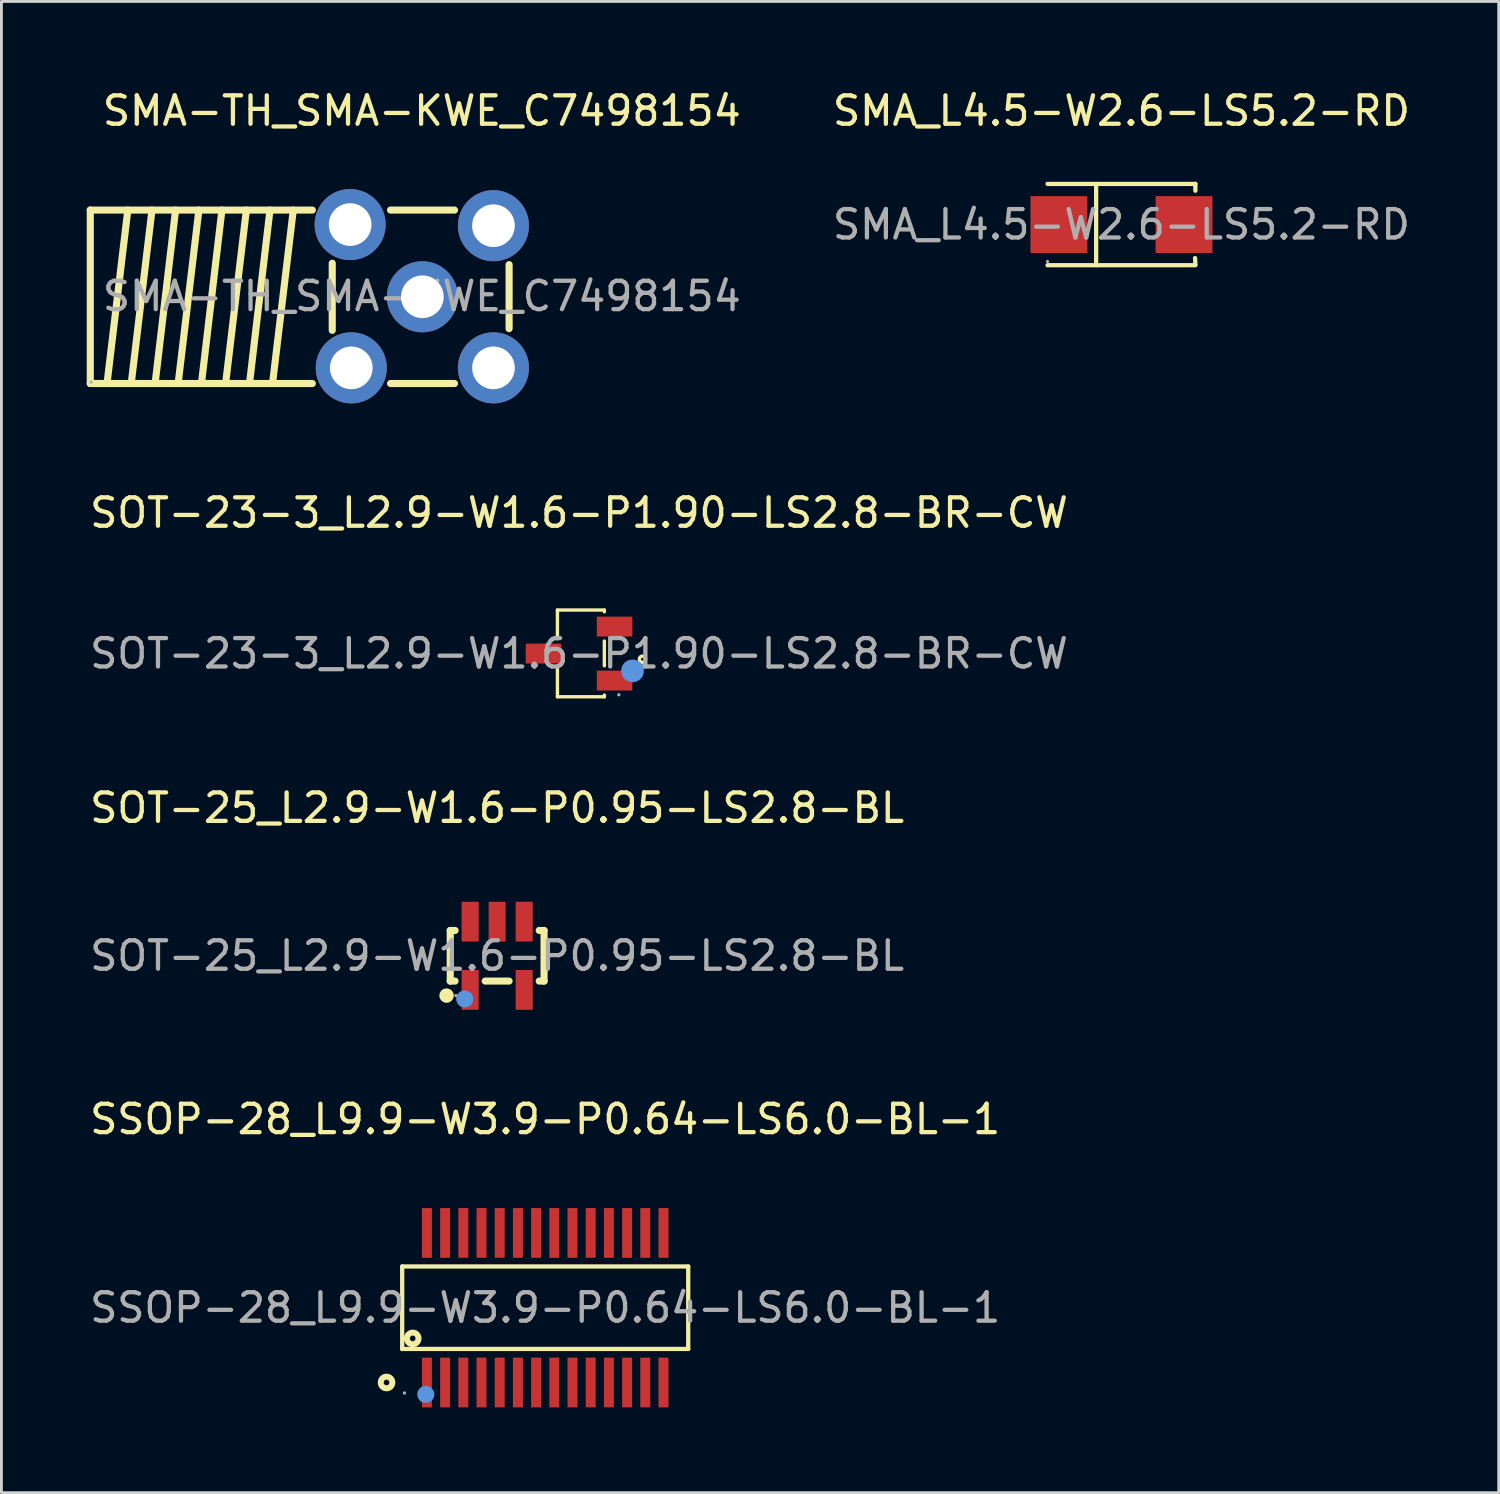
<source format=kicad_pcb>
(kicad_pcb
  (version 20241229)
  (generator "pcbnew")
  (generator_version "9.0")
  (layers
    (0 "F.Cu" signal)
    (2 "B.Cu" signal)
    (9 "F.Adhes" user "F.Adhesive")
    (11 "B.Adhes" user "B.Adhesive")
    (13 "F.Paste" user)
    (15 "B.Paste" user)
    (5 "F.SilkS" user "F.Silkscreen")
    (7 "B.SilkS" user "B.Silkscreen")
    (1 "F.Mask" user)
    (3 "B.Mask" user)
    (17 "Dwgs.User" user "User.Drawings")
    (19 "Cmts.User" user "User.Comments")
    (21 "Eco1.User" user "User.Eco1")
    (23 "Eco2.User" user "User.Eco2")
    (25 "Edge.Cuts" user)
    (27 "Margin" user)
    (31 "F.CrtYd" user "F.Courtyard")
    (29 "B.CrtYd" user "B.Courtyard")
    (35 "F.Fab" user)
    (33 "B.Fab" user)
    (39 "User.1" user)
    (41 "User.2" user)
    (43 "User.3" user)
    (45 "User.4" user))
  (footprint "SOT-25_L2.9-W1.6-P0.95-LS2.8-BL"
    (layer "F.Cu")
    (at 14.435 30.565)
    (property "Reference" "SOT-25_L2.9-W1.6-P0.95-LS2.8-BL" (at 0 -5.2 0) (layer "F.SilkS") (effects (font (size 1 1) (thickness 0.15))))
    (attr smd)
    (fp_line (start -1.65 -0.89) (end -1.65 0.89) (stroke (width 0.25) (type solid)) (layer "F.SilkS"))
    (fp_line (start -1.65 0.89) (end -1.48 0.89) (stroke (width 0.25) (type solid)) (layer "F.SilkS"))
    (fp_line (start -1.48 -0.89) (end -1.65 -0.89) (stroke (width 0.25) (type solid)) (layer "F.SilkS"))
    (fp_line (start -0.42 0.89) (end 0.42 0.89) (stroke (width 0.25) (type solid)) (layer "F.SilkS"))
    (fp_line (start 1.48 0.89) (end 1.65 0.89) (stroke (width 0.25) (type solid)) (layer "F.SilkS"))
    (fp_line (start 1.65 -0.89) (end 1.48 -0.89) (stroke (width 0.25) (type solid)) (layer "F.SilkS"))
    (fp_line (start 1.65 0.89) (end 1.65 -0.89) (stroke (width 0.25) (type solid)) (layer "F.SilkS"))
    (fp_circle (center -1.78 1.4) (end -1.65 1.4) (stroke (width 0.25) (type solid)) (fill no) (layer "F.SilkS"))
    (fp_circle (center -1.14 1.52) (end -0.99 1.52) (stroke (width 0.3) (type solid)) (fill no) (layer "Cmts.User"))
    (fp_circle (center -1.45 1.4) (end -1.42 1.4) (stroke (width 0.06) (type solid)) (fill no) (layer "F.Fab"))
    (fp_text user "${REFERENCE}" (at 0 0 0) (layer "F.Fab") (effects (font (size 1 1) (thickness 0.15))))
    (pad "1" smd rect (at -0.95 1.2 180) (size 0.6 1.4) (layers "F.Cu" "F.Mask" "F.Paste"))
    (pad "2" smd rect (at 0.95 1.2 180) (size 0.6 1.4) (layers "F.Cu" "F.Mask" "F.Paste"))
    (pad "3" smd rect (at 0.95 -1.2 180) (size 0.6 1.4) (layers "F.Cu" "F.Mask" "F.Paste"))
    (pad "4" smd rect (at 0 -1.2 180) (size 0.6 1.4) (layers "F.Cu" "F.Mask" "F.Paste"))
    (pad "5" smd rect (at -0.95 -1.2 180) (size 0.6 1.4) (layers "F.Cu" "F.Mask" "F.Paste")))
  (footprint "SMA_L4.5-W2.6-LS5.2-RD"
    (layer "F.Cu")
    (at 36.392 4.848)
    (property "Reference" "SMA_L4.5-W2.6-LS5.2-RD" (at 0 -4 0) (layer "F.SilkS") (effects (font (size 1 1) (thickness 0.15))))
    (attr through_hole)
    (fp_line (start -2.6 -1.43) (end 2.6 -1.43) (stroke (width 0.15) (type solid)) (layer "F.SilkS"))
    (fp_line (start -2.6 1.43) (end 2.6 1.43) (stroke (width 0.15) (type solid)) (layer "F.SilkS"))
    (fp_line (start -0.89 -1.43) (end -0.89 1.43) (stroke (width 0.15) (type solid)) (layer "F.SilkS"))
    (fp_line (start 2.59 1.18) (end 2.6 1.41) (stroke (width 0.15) (type solid)) (layer "F.SilkS"))
    (fp_line (start 2.6 -1.43) (end 2.6 -1.19) (stroke (width 0.15) (type solid)) (layer "F.SilkS"))
    (fp_circle (center -2.6 1.3) (end -2.57 1.3) (stroke (width 0.06) (type solid)) (fill no) (layer "F.Fab"))
    (fp_text user "${REFERENCE}" (at 0 0 0) (layer "F.Fab") (effects (font (size 1 1) (thickness 0.15))))
    (pad "1" smd rect (at -2.2 0 180) (size 2 2) (layers "F.Cu" "F.Mask" "F.Paste"))
    (pad "2" smd rect (at 2.2 0 180) (size 2 2) (layers "F.Cu" "F.Mask" "F.Paste")))
  (footprint "SSOP-28_L9.9-W3.9-P0.64-LS6.0-BL-1"
    (layer "F.Cu")
    (at 16.125 42.943)
    (property "Reference" "SSOP-28_L9.9-W3.9-P0.64-LS6.0-BL-1" (at 0 -6.63 0) (layer "F.SilkS") (effects (font (size 1 1) (thickness 0.15))))
    (attr smd)
    (fp_line (start -5.03 -1.45) (end 5.03 -1.45) (stroke (width 0.15) (type solid)) (layer "F.SilkS"))
    (fp_line (start -5.03 1.45) (end -5.03 -1.45) (stroke (width 0.15) (type solid)) (layer "F.SilkS"))
    (fp_line (start 5.03 -1.45) (end 5.03 1.45) (stroke (width 0.15) (type solid)) (layer "F.SilkS"))
    (fp_line (start 5.03 1.45) (end -5.03 1.45) (stroke (width 0.15) (type solid)) (layer "F.SilkS"))
    (fp_circle (center -5.58 2.63) (end -5.48 2.63) (stroke (width 0.21) (type solid)) (fill no) (layer "F.SilkS"))
    (fp_circle (center -4.66 1.08) (end -4.56 1.08) (stroke (width 0.21) (type solid)) (fill no) (layer "F.SilkS"))
    (fp_circle (center -4.2 3.05) (end -4.05 3.05) (stroke (width 0.3) (type solid)) (fill no) (layer "Cmts.User"))
    (fp_circle (center -4.95 3) (end -4.92 3) (stroke (width 0.06) (type solid)) (fill no) (layer "F.Fab"))
    (fp_text user "${REFERENCE}" (at 0 0 0) (layer "F.Fab") (effects (font (size 1 1) (thickness 0.15))))
    (pad "1" smd rect (at -4.16 2.63) (size 0.35 1.75) (layers "F.Cu" "F.Mask" "F.Paste"))
    (pad "2" smd rect (at -3.52 2.63) (size 0.35 1.75) (layers "F.Cu" "F.Mask" "F.Paste"))
    (pad "3" smd rect (at -2.88 2.63) (size 0.35 1.75) (layers "F.Cu" "F.Mask" "F.Paste"))
    (pad "4" smd rect (at -2.24 2.63) (size 0.35 1.75) (layers "F.Cu" "F.Mask" "F.Paste"))
    (pad "5" smd rect (at -1.6 2.63) (size 0.35 1.75) (layers "F.Cu" "F.Mask" "F.Paste"))
    (pad "6" smd rect (at -0.96 2.63) (size 0.35 1.75) (layers "F.Cu" "F.Mask" "F.Paste"))
    (pad "7" smd rect (at -0.32 2.63) (size 0.35 1.75) (layers "F.Cu" "F.Mask" "F.Paste"))
    (pad "8" smd rect (at 0.32 2.63) (size 0.35 1.75) (layers "F.Cu" "F.Mask" "F.Paste"))
    (pad "9" smd rect (at 0.96 2.63) (size 0.35 1.75) (layers "F.Cu" "F.Mask" "F.Paste"))
    (pad "10" smd rect (at 1.6 2.63) (size 0.35 1.75) (layers "F.Cu" "F.Mask" "F.Paste"))
    (pad "11" smd rect (at 2.24 2.63) (size 0.35 1.75) (layers "F.Cu" "F.Mask" "F.Paste"))
    (pad "12" smd rect (at 2.88 2.63) (size 0.35 1.75) (layers "F.Cu" "F.Mask" "F.Paste"))
    (pad "13" smd rect (at 3.52 2.63) (size 0.35 1.75) (layers "F.Cu" "F.Mask" "F.Paste"))
    (pad "14" smd rect (at 4.16 2.63) (size 0.35 1.75) (layers "F.Cu" "F.Mask" "F.Paste"))
    (pad "15" smd rect (at 4.16 -2.63) (size 0.35 1.75) (layers "F.Cu" "F.Mask" "F.Paste"))
    (pad "16" smd rect (at 3.52 -2.63) (size 0.35 1.75) (layers "F.Cu" "F.Mask" "F.Paste"))
    (pad "17" smd rect (at 2.88 -2.63) (size 0.35 1.75) (layers "F.Cu" "F.Mask" "F.Paste"))
    (pad "18" smd rect (at 2.24 -2.63) (size 0.35 1.75) (layers "F.Cu" "F.Mask" "F.Paste"))
    (pad "19" smd rect (at 1.6 -2.63) (size 0.35 1.75) (layers "F.Cu" "F.Mask" "F.Paste"))
    (pad "20" smd rect (at 0.96 -2.63) (size 0.35 1.75) (layers "F.Cu" "F.Mask" "F.Paste"))
    (pad "21" smd rect (at 0.32 -2.63) (size 0.35 1.75) (layers "F.Cu" "F.Mask" "F.Paste"))
    (pad "22" smd rect (at -0.32 -2.63) (size 0.35 1.75) (layers "F.Cu" "F.Mask" "F.Paste"))
    (pad "23" smd rect (at -0.96 -2.63) (size 0.35 1.75) (layers "F.Cu" "F.Mask" "F.Paste"))
    (pad "24" smd rect (at -1.6 -2.63) (size 0.35 1.75) (layers "F.Cu" "F.Mask" "F.Paste"))
    (pad "25" smd rect (at -2.24 -2.63) (size 0.35 1.75) (layers "F.Cu" "F.Mask" "F.Paste"))
    (pad "26" smd rect (at -2.88 -2.63) (size 0.35 1.75) (layers "F.Cu" "F.Mask" "F.Paste"))
    (pad "27" smd rect (at -3.52 -2.63) (size 0.35 1.75) (layers "F.Cu" "F.Mask" "F.Paste"))
    (pad "28" smd rect (at -4.16 -2.63) (size 0.35 1.75) (layers "F.Cu" "F.Mask" "F.Paste")))
  (footprint "SMA-TH_SMA-KWE_C7498154"
    (layer "F.Cu")
    (at 11.785 7.368)
    (property "Reference" "SMA-TH_SMA-KWE_C7498154" (at 0 -6.52 0) (layer "F.SilkS") (effects (font (size 1 1) (thickness 0.15))))
    (attr through_hole)
    (fp_line (start -11.66 -3.03) (end -3.85 -3.03) (stroke (width 0.25) (type solid)) (layer "F.SilkS"))
    (fp_line (start -11.66 3.07) (end -11.66 -3.03) (stroke (width 0.25) (type solid)) (layer "F.SilkS"))
    (fp_line (start -10.34 -3.03) (end -11.07 3.06) (stroke (width 0.25) (type solid)) (layer "F.SilkS"))
    (fp_line (start -9.49 -3.03) (end -10.22 3.07) (stroke (width 0.25) (type solid)) (layer "F.SilkS"))
    (fp_line (start -8.66 -3.03) (end -9.38 3.07) (stroke (width 0.25) (type solid)) (layer "F.SilkS"))
    (fp_line (start -7.84 -3.03) (end -8.57 3.07) (stroke (width 0.25) (type solid)) (layer "F.SilkS"))
    (fp_line (start -7.03 -3.03) (end -7.75 3.07) (stroke (width 0.25) (type solid)) (layer "F.SilkS"))
    (fp_line (start -6.17 -3.03) (end -6.9 3.07) (stroke (width 0.25) (type solid)) (layer "F.SilkS"))
    (fp_line (start -5.34 -3.03) (end -6.06 3.07) (stroke (width 0.25) (type solid)) (layer "F.SilkS"))
    (fp_line (start -4.52 -3.03) (end -5.25 3.07) (stroke (width 0.25) (type solid)) (layer "F.SilkS"))
    (fp_line (start -3.85 3.07) (end -11.66 3.07) (stroke (width 0.25) (type solid)) (layer "F.SilkS"))
    (fp_line (start -3.15 -1.16) (end -3.15 1.2) (stroke (width 0.25) (type solid)) (layer "F.SilkS"))
    (fp_line (start -1.1 -3.03) (end 1.15 -3.03) (stroke (width 0.25) (type solid)) (layer "F.SilkS"))
    (fp_line (start 1.15 3.07) (end -1.1 3.07) (stroke (width 0.25) (type solid)) (layer "F.SilkS"))
    (fp_line (start 3.07 -1.11) (end 3.07 1.14) (stroke (width 0.25) (type solid)) (layer "F.SilkS"))
    (fp_circle (center -11.63 3.02) (end -11.6 3.02) (stroke (width 0.06) (type solid)) (fill no) (layer "F.Fab"))
    (fp_circle (center 0.02 0.02) (end 0.25 0.02) (stroke (width 0.45) (type solid)) (fill no) (layer "F.Fab"))
    (fp_text user "${REFERENCE}" (at 0 0 0) (layer "F.Fab") (effects (font (size 1 1) (thickness 0.15))))
    (pad "1" thru_hole circle (at -2.48 2.52) (size 2.5 2.5) (drill 1.5) (layers "*.Cu" "*.Mask"))
    (pad "2" thru_hole circle (at -2.52 -2.52) (size 2.5 2.5) (drill 1.5) (layers "*.Cu" "*.Mask"))
    (pad "3" thru_hole circle (at 2.52 -2.48) (size 2.5 2.5) (drill 1.5) (layers "*.Cu" "*.Mask"))
    (pad "4" thru_hole circle (at 2.52 2.52) (size 2.5 2.5) (drill 1.5) (layers "*.Cu" "*.Mask"))
    (pad "5" thru_hole circle (at 0.02 0.02) (size 2.5 2.5) (drill 1.5) (layers "*.Cu" "*.Mask")))
  (footprint "SOT-23-3_L2.9-W1.6-P1.90-LS2.8-BR-CW"
    (layer "F.Cu")
    (at 17.315 19.936)
    (property "Reference" "SOT-23-3_L2.9-W1.6-P1.90-LS2.8-BR-CW" (at 0 -4.95 0) (layer "F.SilkS") (effects (font (size 1 1) (thickness 0.15))))
    (attr smd)
    (fp_line (start -0.76 -1.53) (end 0.89 -1.53) (stroke (width 0.12) (type solid)) (layer "F.SilkS"))
    (fp_line (start -0.76 -0.52) (end -0.76 -1.53) (stroke (width 0.12) (type solid)) (layer "F.SilkS"))
    (fp_line (start -0.76 1.52) (end -0.76 0.51) (stroke (width 0.12) (type solid)) (layer "F.SilkS"))
    (fp_line (start 0.89 -1.53) (end 0.89 -1.47) (stroke (width 0.12) (type solid)) (layer "F.SilkS"))
    (fp_line (start 0.89 -0.44) (end 0.89 0.43) (stroke (width 0.12) (type solid)) (layer "F.SilkS"))
    (fp_line (start 0.89 1.46) (end 0.89 1.52) (stroke (width 0.12) (type solid)) (layer "F.SilkS"))
    (fp_line (start 0.89 1.52) (end -0.76 1.52) (stroke (width 0.12) (type solid)) (layer "F.SilkS"))
    (fp_circle (center 2.23 0.2) (end 2.28 0.2) (stroke (width 0.12) (type solid)) (fill no) (layer "F.SilkS"))
    (fp_circle (center 1.88 0.61) (end 2.08 0.61) (stroke (width 0.4) (type solid)) (fill no) (layer "Cmts.User"))
    (fp_circle (center 1.4 1.45) (end 1.43 1.45) (stroke (width 0.06) (type solid)) (fill no) (layer "F.Fab"))
    (fp_text user "${REFERENCE}" (at 0 0 0) (layer "F.Fab") (effects (font (size 1 1) (thickness 0.15))))
    (pad "1" smd rect (at 1.25 0.95 270) (size 0.7 1.25) (layers "F.Cu" "F.Mask" "F.Paste"))
    (pad "2" smd rect (at -1.25 0 270) (size 0.7 1.25) (layers "F.Cu" "F.Mask" "F.Paste"))
    (pad "3" smd rect (at 1.25 -0.95 270) (size 0.7 1.25) (layers "F.Cu" "F.Mask" "F.Paste")))
  (gr_rect
    (start -3 -3)
    (end 49.66 49.448)
    (stroke (width 0.1) (type default))
    (fill no)
    (layer "Edge.Cuts")))
</source>
